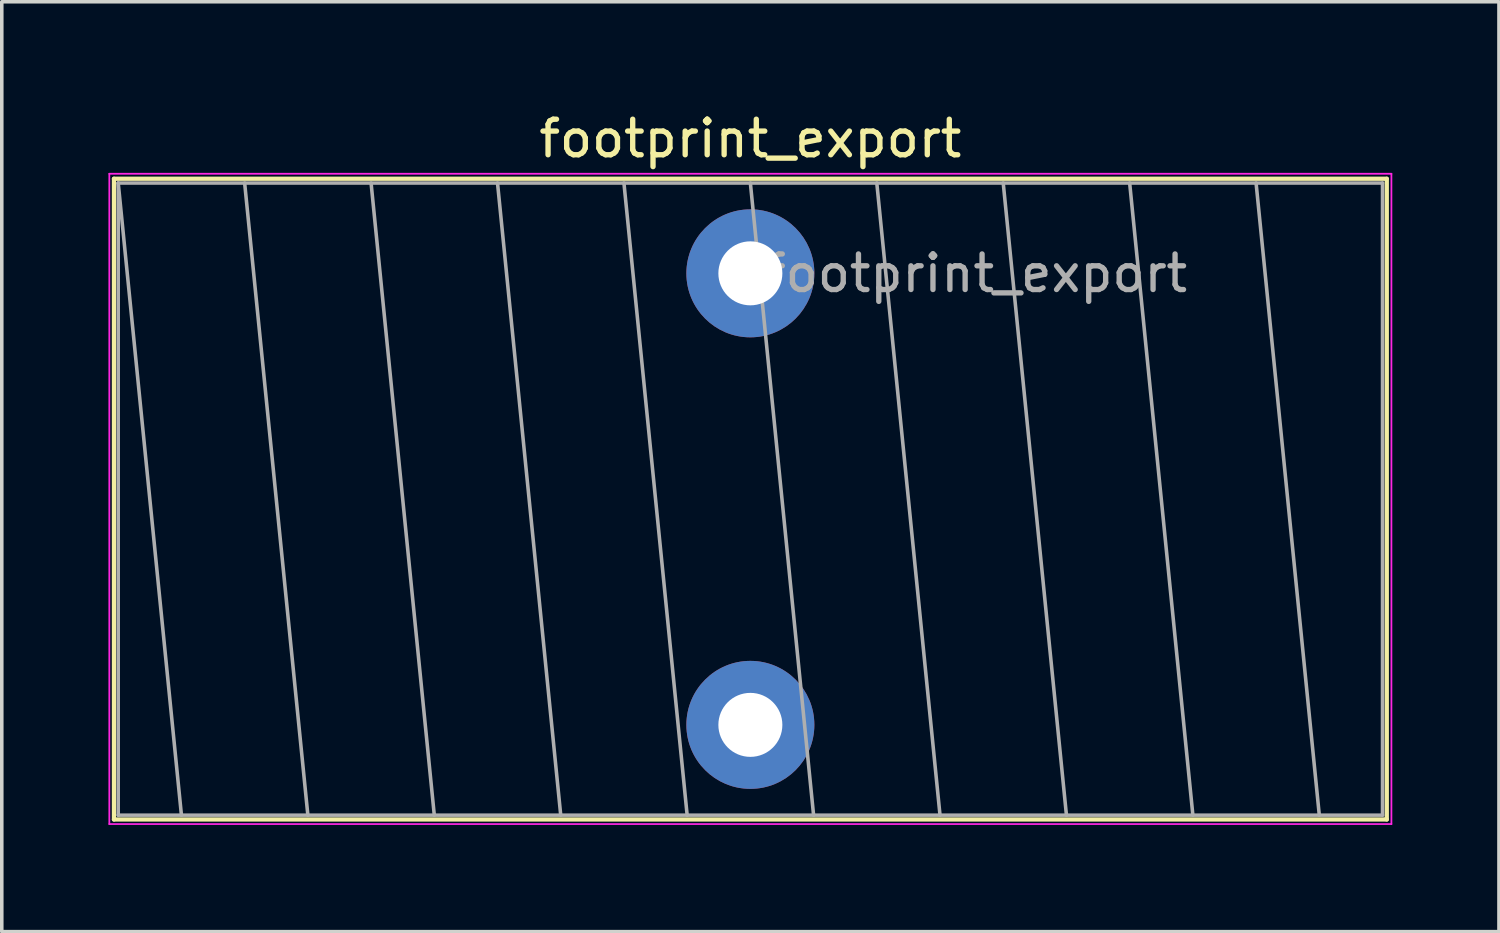
<source format=kicad_pcb>
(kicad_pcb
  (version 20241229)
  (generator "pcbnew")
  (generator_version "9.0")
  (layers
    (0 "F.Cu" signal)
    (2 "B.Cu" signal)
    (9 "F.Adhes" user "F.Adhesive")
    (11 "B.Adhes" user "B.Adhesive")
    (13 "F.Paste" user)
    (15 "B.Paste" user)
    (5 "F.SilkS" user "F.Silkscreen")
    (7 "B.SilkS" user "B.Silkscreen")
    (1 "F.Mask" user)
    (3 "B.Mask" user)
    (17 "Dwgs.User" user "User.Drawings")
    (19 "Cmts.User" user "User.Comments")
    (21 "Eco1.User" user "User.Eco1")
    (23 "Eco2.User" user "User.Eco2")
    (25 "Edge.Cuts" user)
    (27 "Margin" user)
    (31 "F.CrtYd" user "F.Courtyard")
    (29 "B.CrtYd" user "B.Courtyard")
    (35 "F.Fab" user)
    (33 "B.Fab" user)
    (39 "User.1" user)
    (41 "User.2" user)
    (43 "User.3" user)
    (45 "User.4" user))
  (footprint "footprint_export"
    (layer "F.Cu")
    (at 18.055 4.638)
    (property "Reference" "footprint_export" (at 0 -3.79 0) (layer "F.SilkS") (effects (font (size 1 1) (thickness 0.15))))
    (attr through_hole)
    (fp_line (start -17.9 -2.66) (end -17.9 15.36) (stroke (width 0.12) (type solid)) (layer "F.SilkS"))
    (fp_line (start -17.9 -2.66) (end 17.9 -2.66) (stroke (width 0.12) (type solid)) (layer "F.SilkS"))
    (fp_line (start -17.9 15.36) (end 17.9 15.36) (stroke (width 0.12) (type solid)) (layer "F.SilkS"))
    (fp_line (start 17.9 -2.66) (end 17.9 15.36) (stroke (width 0.12) (type solid)) (layer "F.SilkS"))
    (fp_line (start -18.03 -2.8) (end -18.03 15.49) (stroke (width 0.05) (type solid)) (layer "F.CrtYd"))
    (fp_line (start -18.03 15.49) (end 18.03 15.49) (stroke (width 0.05) (type solid)) (layer "F.CrtYd"))
    (fp_line (start 18.03 -2.8) (end -18.03 -2.8) (stroke (width 0.05) (type solid)) (layer "F.CrtYd"))
    (fp_line (start 18.03 15.49) (end 18.03 -2.8) (stroke (width 0.05) (type solid)) (layer "F.CrtYd"))
    (fp_line (start -17.78 -2.54) (end -17.78 15.24) (stroke (width 0.1) (type solid)) (layer "F.Fab"))
    (fp_line (start -17.78 -2.54) (end -16.002 15.24) (stroke (width 0.1) (type solid)) (layer "F.Fab"))
    (fp_line (start -17.78 15.24) (end 17.78 15.24) (stroke (width 0.1) (type solid)) (layer "F.Fab"))
    (fp_line (start -14.224 -2.54) (end -12.446 15.24) (stroke (width 0.1) (type solid)) (layer "F.Fab"))
    (fp_line (start -10.668 -2.54) (end -8.89 15.24) (stroke (width 0.1) (type solid)) (layer "F.Fab"))
    (fp_line (start -7.112 -2.54) (end -5.334 15.24) (stroke (width 0.1) (type solid)) (layer "F.Fab"))
    (fp_line (start -3.556 -2.54) (end -1.778 15.24) (stroke (width 0.1) (type solid)) (layer "F.Fab"))
    (fp_line (start 0 -2.54) (end 1.778 15.24) (stroke (width 0.1) (type solid)) (layer "F.Fab"))
    (fp_line (start 3.556 -2.54) (end 5.334 15.24) (stroke (width 0.1) (type solid)) (layer "F.Fab"))
    (fp_line (start 7.112 -2.54) (end 8.89 15.24) (stroke (width 0.1) (type solid)) (layer "F.Fab"))
    (fp_line (start 10.668 -2.54) (end 12.446 15.24) (stroke (width 0.1) (type solid)) (layer "F.Fab"))
    (fp_line (start 14.224 -2.54) (end 16.002 15.24) (stroke (width 0.1) (type solid)) (layer "F.Fab"))
    (fp_line (start 17.78 -2.54) (end -17.78 -2.54) (stroke (width 0.1) (type solid)) (layer "F.Fab"))
    (fp_line (start 17.78 15.24) (end 17.78 -2.54) (stroke (width 0.1) (type solid)) (layer "F.Fab"))
    (fp_text user "${REFERENCE}" (at 6.35 0 0) (layer "F.Fab") (effects (font (size 1 1) (thickness 0.15))))
    (pad "1" thru_hole circle (at 0 0) (size 3.6 3.6) (drill 1.8) (layers "*.Cu" "*.Mask"))
    (pad "2" thru_hole circle (at 0 12.7) (size 3.6 3.6) (drill 1.8) (layers "*.Cu" "*.Mask")))
  (gr_rect
    (start -3 -3)
    (end 39.11 23.153)
    (stroke (width 0.1) (type default))
    (fill no)
    (layer "Edge.Cuts")))
</source>
